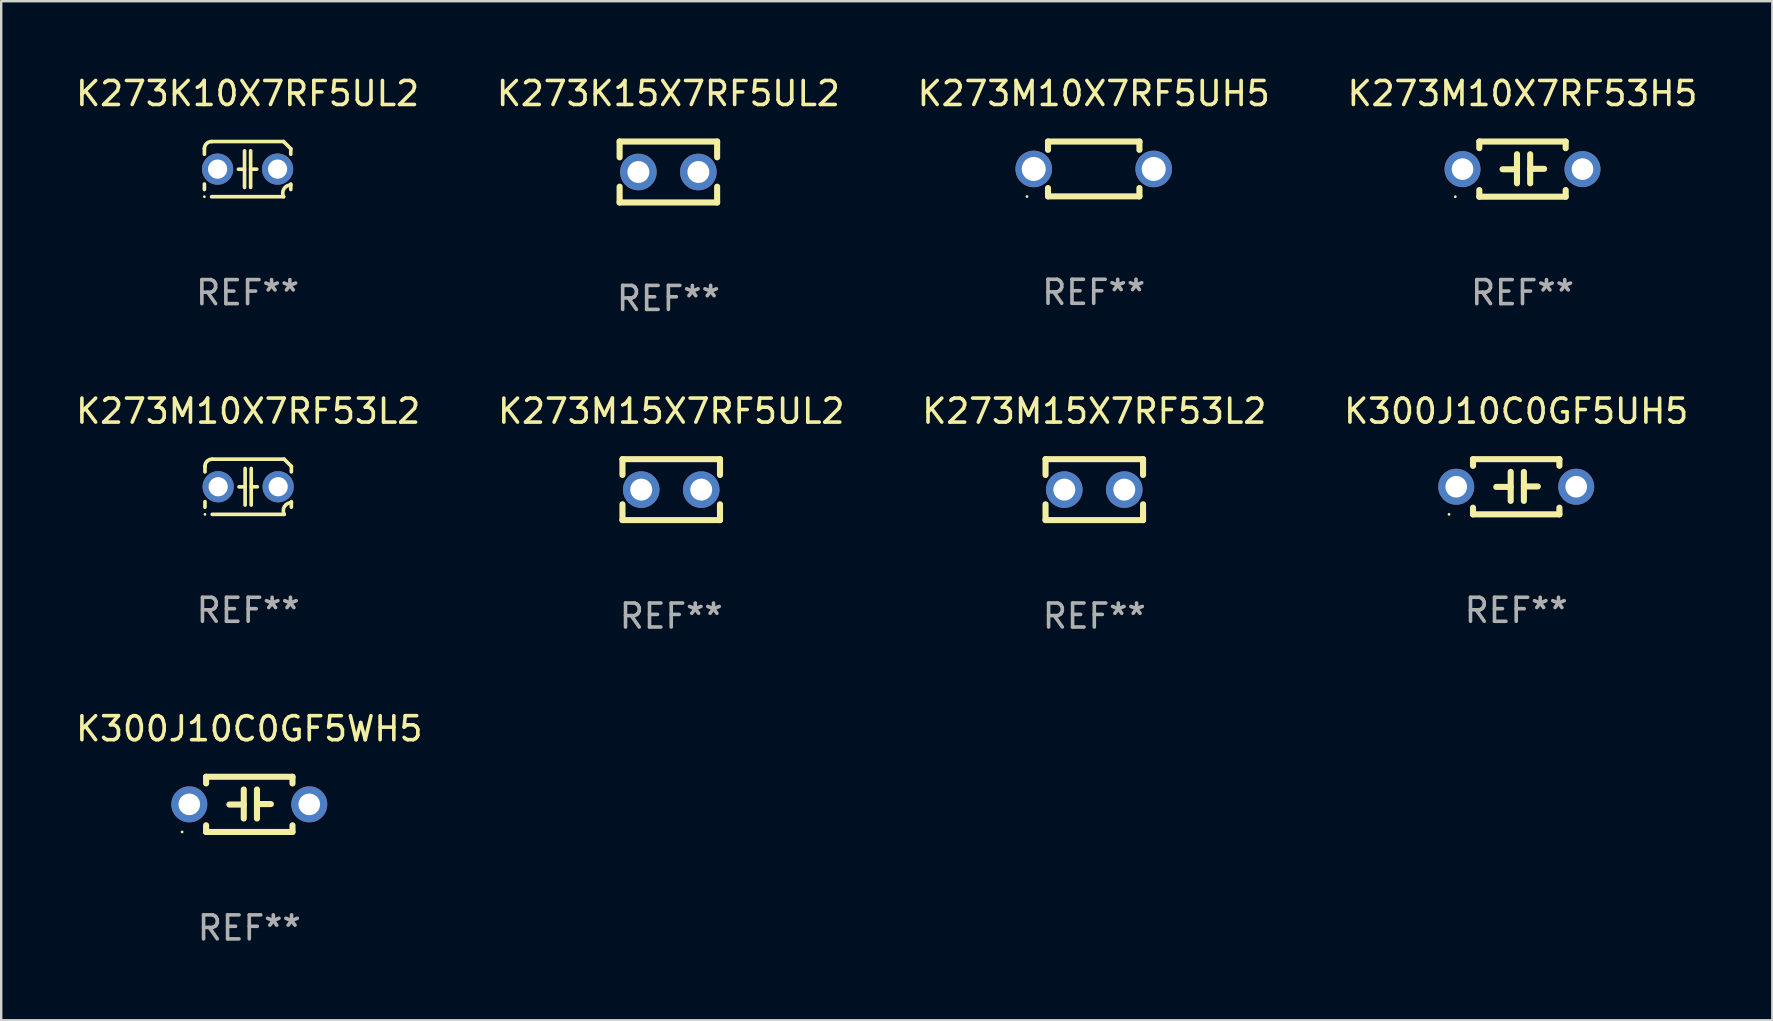
<source format=kicad_pcb>
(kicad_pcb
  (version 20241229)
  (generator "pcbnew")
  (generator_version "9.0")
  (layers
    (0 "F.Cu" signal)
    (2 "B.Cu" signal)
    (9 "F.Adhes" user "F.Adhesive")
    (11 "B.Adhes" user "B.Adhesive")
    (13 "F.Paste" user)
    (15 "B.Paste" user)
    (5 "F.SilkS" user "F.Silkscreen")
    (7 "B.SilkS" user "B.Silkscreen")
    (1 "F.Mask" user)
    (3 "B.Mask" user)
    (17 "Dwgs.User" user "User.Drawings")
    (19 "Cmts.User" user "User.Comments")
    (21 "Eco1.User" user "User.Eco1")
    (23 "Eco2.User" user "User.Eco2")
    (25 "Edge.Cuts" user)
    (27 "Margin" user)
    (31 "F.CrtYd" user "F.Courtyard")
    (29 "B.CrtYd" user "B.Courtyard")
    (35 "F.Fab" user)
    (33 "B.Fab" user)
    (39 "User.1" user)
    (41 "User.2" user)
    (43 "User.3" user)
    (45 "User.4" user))
  (footprint "K300J10C0GF5UH5"
    (layer "F.Cu")
    (at 60.137 17.235)
    (property "Reference" "K300J10C0GF5UH5" (at 0 -3.15 0) (layer "F.SilkS") (effects (font (size 1 1) (thickness 0.15))))
    (attr through_hole)
    (fp_line (start -1.8 -1.15) (end -1.8 -0.872) (stroke (width 0.254) (type solid)) (layer "F.SilkS"))
    (fp_line (start -1.8 -1.15) (end 1.8 -1.15) (stroke (width 0.254) (type solid)) (layer "F.SilkS"))
    (fp_line (start -1.8 0.872) (end -1.8 1.15) (stroke (width 0.254) (type solid)) (layer "F.SilkS"))
    (fp_line (start -1.8 1.15) (end 1.8 1.15) (stroke (width 0.254) (type solid)) (layer "F.SilkS"))
    (fp_line (start -0.23 -0.62) (end -0.23 0.59) (stroke (width 0.254) (type solid)) (layer "F.SilkS"))
    (fp_line (start -0.23 0.007) (end -0.83 0.007) (stroke (width 0.254) (type solid)) (layer "F.SilkS"))
    (fp_line (start 0.32 -0.62) (end 0.32 0.59) (stroke (width 0.254) (type solid)) (layer "F.SilkS"))
    (fp_line (start 0.32 -0.012) (end 0.9 -0.012) (stroke (width 0.254) (type solid)) (layer "F.SilkS"))
    (fp_line (start 1.8 -1.15) (end 1.8 -0.872) (stroke (width 0.254) (type solid)) (layer "F.SilkS"))
    (fp_line (start 1.8 0.872) (end 1.8 1.15) (stroke (width 0.254) (type solid)) (layer "F.SilkS"))
    (fp_circle (center -2.8 1.15) (end -2.77 1.15) (stroke (width 0.06) (type solid)) (fill no) (layer "F.SilkS"))
    (fp_text user "REF**" (at 0 5.15 0) (layer "F.Fab") (effects (font (size 1 1) (thickness 0.15))))
    (pad "1" thru_hole circle (at -2.5 0) (size 1.5 1.5) (drill 0.9) (layers "*.Cu" "*.Mask"))
    (pad "2" thru_hole circle (at 2.5 0) (size 1.5 1.5) (drill 0.9) (layers "*.Cu" "*.Mask")))
  (footprint "K273M15X7RF5UL2"
    (layer "F.Cu")
    (at 24.923 17.355)
    (property "Reference" "K273M15X7RF5UL2" (at 0 -3.27 0) (layer "F.SilkS") (effects (font (size 1 1) (thickness 0.15))))
    (attr through_hole)
    (fp_line (start -2.032 -1.27) (end -2.032 -0.611) (stroke (width 0.254) (type solid)) (layer "F.SilkS"))
    (fp_line (start -2.032 0.611) (end -2.032 1.27) (stroke (width 0.254) (type solid)) (layer "F.SilkS"))
    (fp_line (start -2.032 1.27) (end 2.032 1.27) (stroke (width 0.254) (type solid)) (layer "F.SilkS"))
    (fp_line (start 2.032 -1.27) (end -2.032 -1.27) (stroke (width 0.254) (type solid)) (layer "F.SilkS"))
    (fp_line (start 2.032 -0.611) (end 2.032 -1.27) (stroke (width 0.254) (type solid)) (layer "F.SilkS"))
    (fp_line (start 2.032 1.27) (end 2.032 0.611) (stroke (width 0.254) (type solid)) (layer "F.SilkS"))
    (fp_circle (center -2 1.3) (end -1.97 1.3) (stroke (width 0.06) (type solid)) (fill no) (layer "F.SilkS"))
    (fp_text user "REF**" (at 0 5.27 0) (layer "F.Fab") (effects (font (size 1 1) (thickness 0.15))))
    (pad "1" thru_hole circle (at -1.25 0) (size 1.524 1.524) (drill 0.914) (layers "*.Cu" "*.Mask"))
    (pad "2" thru_hole circle (at 1.25 0) (size 1.524 1.524) (drill 0.914) (layers "*.Cu" "*.Mask")))
  (footprint "K300J10C0GF5WH5"
    (layer "F.Cu")
    (at 7.339 30.471)
    (property "Reference" "K300J10C0GF5WH5" (at 0 -3.15 0) (layer "F.SilkS") (effects (font (size 1 1) (thickness 0.15))))
    (attr through_hole)
    (fp_line (start -1.8 -1.15) (end -1.8 -0.872) (stroke (width 0.254) (type solid)) (layer "F.SilkS"))
    (fp_line (start -1.8 -1.15) (end 1.8 -1.15) (stroke (width 0.254) (type solid)) (layer "F.SilkS"))
    (fp_line (start -1.8 0.872) (end -1.8 1.15) (stroke (width 0.254) (type solid)) (layer "F.SilkS"))
    (fp_line (start -1.8 1.15) (end 1.8 1.15) (stroke (width 0.254) (type solid)) (layer "F.SilkS"))
    (fp_line (start -0.23 -0.62) (end -0.23 0.59) (stroke (width 0.254) (type solid)) (layer "F.SilkS"))
    (fp_line (start -0.23 0.007) (end -0.83 0.007) (stroke (width 0.254) (type solid)) (layer "F.SilkS"))
    (fp_line (start 0.32 -0.62) (end 0.32 0.59) (stroke (width 0.254) (type solid)) (layer "F.SilkS"))
    (fp_line (start 0.32 -0.012) (end 0.9 -0.012) (stroke (width 0.254) (type solid)) (layer "F.SilkS"))
    (fp_line (start 1.8 -1.15) (end 1.8 -0.872) (stroke (width 0.254) (type solid)) (layer "F.SilkS"))
    (fp_line (start 1.8 0.872) (end 1.8 1.15) (stroke (width 0.254) (type solid)) (layer "F.SilkS"))
    (fp_circle (center -2.8 1.15) (end -2.77 1.15) (stroke (width 0.06) (type solid)) (fill no) (layer "F.SilkS"))
    (fp_text user "REF**" (at 0 5.15 0) (layer "F.Fab") (effects (font (size 1 1) (thickness 0.15))))
    (pad "1" thru_hole circle (at -2.5 0) (size 1.5 1.5) (drill 0.9) (layers "*.Cu" "*.Mask"))
    (pad "2" thru_hole circle (at 2.5 0) (size 1.5 1.5) (drill 0.9) (layers "*.Cu" "*.Mask")))
  (footprint "K273M10X7RF5UH5"
    (layer "F.Cu")
    (at 42.53 3.991)
    (property "Reference" "K273M10X7RF5UH5" (at 0 -3.143 0) (layer "F.SilkS") (effects (font (size 1 1) (thickness 0.15))))
    (attr through_hole)
    (fp_line (start -1.905 -1.143) (end 1.905 -1.143) (stroke (width 0.254) (type solid)) (layer "F.SilkS"))
    (fp_line (start -1.905 -0.795) (end -1.905 -1.143) (stroke (width 0.254) (type solid)) (layer "F.SilkS"))
    (fp_line (start -1.905 1.143) (end -1.905 0.795) (stroke (width 0.254) (type solid)) (layer "F.SilkS"))
    (fp_line (start 1.905 -1.143) (end 1.905 -0.795) (stroke (width 0.254) (type solid)) (layer "F.SilkS"))
    (fp_line (start 1.905 0.795) (end 1.905 1.143) (stroke (width 0.254) (type solid)) (layer "F.SilkS"))
    (fp_line (start 1.905 1.143) (end -1.905 1.143) (stroke (width 0.254) (type solid)) (layer "F.SilkS"))
    (fp_circle (center -2.781 1.15) (end -2.751 1.15) (stroke (width 0.06) (type solid)) (fill no) (layer "F.SilkS"))
    (fp_text user "REF**" (at 0 5.143 0) (layer "F.Fab") (effects (font (size 1 1) (thickness 0.15))))
    (pad "1" thru_hole circle (at -2.5 0) (size 1.524 1.524) (drill 1) (layers "*.Cu" "*.Mask"))
    (pad "2" thru_hole circle (at 2.5 0) (size 1.524 1.524) (drill 1) (layers "*.Cu" "*.Mask")))
  (footprint "K273K10X7RF5UL2"
    (layer "F.Cu")
    (at 7.268 3.998)
    (property "Reference" "K273K10X7RF5UL2" (at 0 -3.15 0) (layer "F.SilkS") (effects (font (size 1 1) (thickness 0.15))))
    (attr through_hole)
    (fp_line (start -1.8 -0.621) (end -1.8 -0.85) (stroke (width 0.152) (type solid)) (layer "F.SilkS"))
    (fp_line (start -1.8 0.85) (end -1.8 0.621) (stroke (width 0.152) (type solid)) (layer "F.SilkS"))
    (fp_line (start -1.5 -1.15) (end 1.5 -1.15) (stroke (width 0.152) (type solid)) (layer "F.SilkS"))
    (fp_line (start -0.127 -0.762) (end -0.127 0.762) (stroke (width 0.152) (type solid)) (layer "F.SilkS"))
    (fp_line (start -0.127 0.005) (end -0.381 0.005) (stroke (width 0.152) (type solid)) (layer "F.SilkS"))
    (fp_line (start 0.127 -0.762) (end 0.127 0.762) (stroke (width 0.152) (type solid)) (layer "F.SilkS"))
    (fp_line (start 0.127 0.002) (end 0.381 0.002) (stroke (width 0.152) (type solid)) (layer "F.SilkS"))
    (fp_line (start 1.5 1.15) (end -1.5 1.15) (stroke (width 0.152) (type solid)) (layer "F.SilkS"))
    (fp_line (start 1.8 -0.85) (end 1.8 -0.621) (stroke (width 0.152) (type solid)) (layer "F.SilkS"))
    (fp_line (start 1.8 0.621) (end 1.8 0.85) (stroke (width 0.152) (type solid)) (layer "F.SilkS"))
    (fp_arc (start -1.799975 -0.849987) (mid -1.712107 -1.062119) (end -1.499975 -1.149987) (stroke (width 0.151994) (type solid)) (layer "F.SilkS"))
    (fp_arc (start 1.499975 1.149987) (mid 1.513726 0.822359) (end 1.799975 0.662387) (stroke (width 0.151994) (type solid)) (layer "F.SilkS"))
    (fp_arc (start 1.500001 -1.149986) (mid 1.650015 -1.000001) (end 1.8 -0.849987) (stroke (width 0.151994) (type solid)) (layer "F.SilkS"))
    (fp_circle (center -1.8 1.15) (end -1.77 1.15) (stroke (width 0.06) (type solid)) (fill no) (layer "F.SilkS"))
    (fp_text user "REF**" (at 0 5.15 0) (layer "F.Fab") (effects (font (size 1 1) (thickness 0.15))))
    (pad "1" thru_hole circle (at -1.25 0) (size 1.3 1.3) (drill 0.8) (layers "*.Cu" "*.Mask"))
    (pad "2" thru_hole circle (at 1.25 0) (size 1.3 1.3) (drill 0.8) (layers "*.Cu" "*.Mask")))
  (footprint "K273M10X7RF53H5"
    (layer "F.Cu")
    (at 60.399 3.998)
    (property "Reference" "K273M10X7RF53H5" (at 0 -3.15 0) (layer "F.SilkS") (effects (font (size 1 1) (thickness 0.15))))
    (attr through_hole)
    (fp_line (start -1.8 -1.15) (end -1.8 -0.872) (stroke (width 0.254) (type solid)) (layer "F.SilkS"))
    (fp_line (start -1.8 -1.15) (end 1.8 -1.15) (stroke (width 0.254) (type solid)) (layer "F.SilkS"))
    (fp_line (start -1.8 0.872) (end -1.8 1.15) (stroke (width 0.254) (type solid)) (layer "F.SilkS"))
    (fp_line (start -1.8 1.15) (end 1.8 1.15) (stroke (width 0.254) (type solid)) (layer "F.SilkS"))
    (fp_line (start -0.23 -0.62) (end -0.23 0.59) (stroke (width 0.254) (type solid)) (layer "F.SilkS"))
    (fp_line (start -0.23 0.007) (end -0.83 0.007) (stroke (width 0.254) (type solid)) (layer "F.SilkS"))
    (fp_line (start 0.32 -0.62) (end 0.32 0.59) (stroke (width 0.254) (type solid)) (layer "F.SilkS"))
    (fp_line (start 0.32 -0.012) (end 0.9 -0.012) (stroke (width 0.254) (type solid)) (layer "F.SilkS"))
    (fp_line (start 1.8 -1.15) (end 1.8 -0.872) (stroke (width 0.254) (type solid)) (layer "F.SilkS"))
    (fp_line (start 1.8 0.872) (end 1.8 1.15) (stroke (width 0.254) (type solid)) (layer "F.SilkS"))
    (fp_circle (center -2.8 1.15) (end -2.77 1.15) (stroke (width 0.06) (type solid)) (fill no) (layer "F.SilkS"))
    (fp_text user "REF**" (at 0 5.15 0) (layer "F.Fab") (effects (font (size 1 1) (thickness 0.15))))
    (pad "1" thru_hole circle (at -2.5 0) (size 1.5 1.5) (drill 0.9) (layers "*.Cu" "*.Mask"))
    (pad "2" thru_hole circle (at 2.5 0) (size 1.5 1.5) (drill 0.9) (layers "*.Cu" "*.Mask")))
  (footprint "K273K15X7RF5UL2"
    (layer "F.Cu")
    (at 24.804 4.118)
    (property "Reference" "K273K15X7RF5UL2" (at 0 -3.27 0) (layer "F.SilkS") (effects (font (size 1 1) (thickness 0.15))))
    (attr through_hole)
    (fp_line (start -2.032 -1.27) (end -2.032 -0.611) (stroke (width 0.254) (type solid)) (layer "F.SilkS"))
    (fp_line (start -2.032 0.611) (end -2.032 1.27) (stroke (width 0.254) (type solid)) (layer "F.SilkS"))
    (fp_line (start -2.032 1.27) (end 2.032 1.27) (stroke (width 0.254) (type solid)) (layer "F.SilkS"))
    (fp_line (start 2.032 -1.27) (end -2.032 -1.27) (stroke (width 0.254) (type solid)) (layer "F.SilkS"))
    (fp_line (start 2.032 -0.611) (end 2.032 -1.27) (stroke (width 0.254) (type solid)) (layer "F.SilkS"))
    (fp_line (start 2.032 1.27) (end 2.032 0.611) (stroke (width 0.254) (type solid)) (layer "F.SilkS"))
    (fp_circle (center -2 1.3) (end -1.97 1.3) (stroke (width 0.06) (type solid)) (fill no) (layer "F.SilkS"))
    (fp_text user "REF**" (at 0 5.27 0) (layer "F.Fab") (effects (font (size 1 1) (thickness 0.15))))
    (pad "1" thru_hole circle (at -1.25 0) (size 1.524 1.524) (drill 0.914) (layers "*.Cu" "*.Mask"))
    (pad "2" thru_hole circle (at 1.25 0) (size 1.524 1.524) (drill 0.914) (layers "*.Cu" "*.Mask")))
  (footprint "K273M15X7RF53L2"
    (layer "F.Cu")
    (at 42.554 17.355)
    (property "Reference" "K273M15X7RF53L2" (at 0 -3.27 0) (layer "F.SilkS") (effects (font (size 1 1) (thickness 0.15))))
    (attr through_hole)
    (fp_line (start -2.032 -1.27) (end -2.032 -0.611) (stroke (width 0.254) (type solid)) (layer "F.SilkS"))
    (fp_line (start -2.032 0.611) (end -2.032 1.27) (stroke (width 0.254) (type solid)) (layer "F.SilkS"))
    (fp_line (start -2.032 1.27) (end 2.032 1.27) (stroke (width 0.254) (type solid)) (layer "F.SilkS"))
    (fp_line (start 2.032 -1.27) (end -2.032 -1.27) (stroke (width 0.254) (type solid)) (layer "F.SilkS"))
    (fp_line (start 2.032 -0.611) (end 2.032 -1.27) (stroke (width 0.254) (type solid)) (layer "F.SilkS"))
    (fp_line (start 2.032 1.27) (end 2.032 0.611) (stroke (width 0.254) (type solid)) (layer "F.SilkS"))
    (fp_circle (center -2 1.3) (end -1.97 1.3) (stroke (width 0.06) (type solid)) (fill no) (layer "F.SilkS"))
    (fp_text user "REF**" (at 0 5.27 0) (layer "F.Fab") (effects (font (size 1 1) (thickness 0.15))))
    (pad "1" thru_hole circle (at -1.25 0) (size 1.524 1.524) (drill 0.914) (layers "*.Cu" "*.Mask"))
    (pad "2" thru_hole circle (at 1.25 0) (size 1.524 1.524) (drill 0.914) (layers "*.Cu" "*.Mask")))
  (footprint "K273M10X7RF53L2"
    (layer "F.Cu")
    (at 7.292 17.235)
    (property "Reference" "K273M10X7RF53L2" (at 0 -3.15 0) (layer "F.SilkS") (effects (font (size 1 1) (thickness 0.15))))
    (attr through_hole)
    (fp_line (start -1.8 -0.621) (end -1.8 -0.85) (stroke (width 0.152) (type solid)) (layer "F.SilkS"))
    (fp_line (start -1.8 0.85) (end -1.8 0.621) (stroke (width 0.152) (type solid)) (layer "F.SilkS"))
    (fp_line (start -1.5 -1.15) (end 1.5 -1.15) (stroke (width 0.152) (type solid)) (layer "F.SilkS"))
    (fp_line (start -0.127 -0.762) (end -0.127 0.762) (stroke (width 0.152) (type solid)) (layer "F.SilkS"))
    (fp_line (start -0.127 0.005) (end -0.381 0.005) (stroke (width 0.152) (type solid)) (layer "F.SilkS"))
    (fp_line (start 0.127 -0.762) (end 0.127 0.762) (stroke (width 0.152) (type solid)) (layer "F.SilkS"))
    (fp_line (start 0.127 0.002) (end 0.381 0.002) (stroke (width 0.152) (type solid)) (layer "F.SilkS"))
    (fp_line (start 1.5 1.15) (end -1.5 1.15) (stroke (width 0.152) (type solid)) (layer "F.SilkS"))
    (fp_line (start 1.8 -0.85) (end 1.8 -0.621) (stroke (width 0.152) (type solid)) (layer "F.SilkS"))
    (fp_line (start 1.8 0.621) (end 1.8 0.85) (stroke (width 0.152) (type solid)) (layer "F.SilkS"))
    (fp_arc (start -1.799975 -0.849987) (mid -1.712107 -1.062119) (end -1.499975 -1.149987) (stroke (width 0.151994) (type solid)) (layer "F.SilkS"))
    (fp_arc (start 1.499975 1.149987) (mid 1.513726 0.822359) (end 1.799975 0.662387) (stroke (width 0.151994) (type solid)) (layer "F.SilkS"))
    (fp_arc (start 1.500001 -1.149986) (mid 1.650015 -1.000001) (end 1.8 -0.849987) (stroke (width 0.151994) (type solid)) (layer "F.SilkS"))
    (fp_circle (center -1.8 1.15) (end -1.77 1.15) (stroke (width 0.06) (type solid)) (fill no) (layer "F.SilkS"))
    (fp_text user "REF**" (at 0 5.15 0) (layer "F.Fab") (effects (font (size 1 1) (thickness 0.15))))
    (pad "1" thru_hole circle (at -1.25 0) (size 1.3 1.3) (drill 0.8) (layers "*.Cu" "*.Mask"))
    (pad "2" thru_hole circle (at 1.25 0) (size 1.3 1.3) (drill 0.8) (layers "*.Cu" "*.Mask")))
  (gr_rect
    (start -3 -3)
    (end 70.81 39.47)
    (stroke (width 0.1) (type default))
    (fill no)
    (layer "Edge.Cuts")))
</source>
